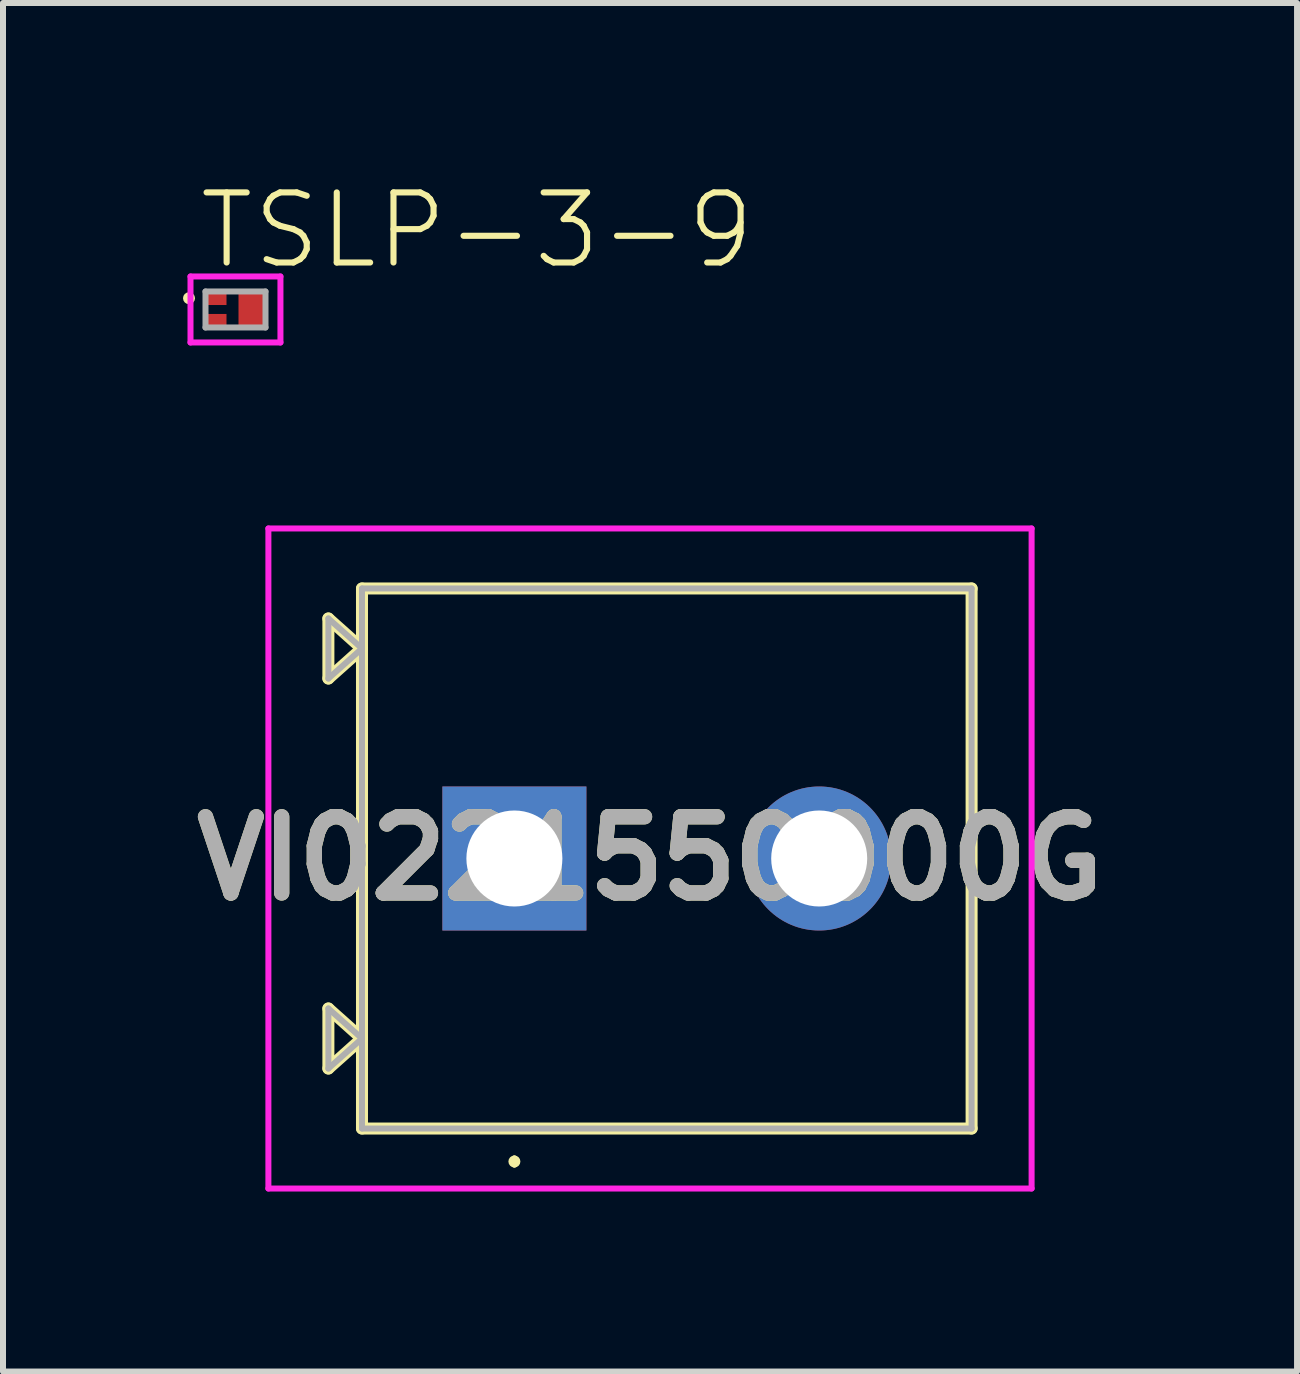
<source format=kicad_pcb>
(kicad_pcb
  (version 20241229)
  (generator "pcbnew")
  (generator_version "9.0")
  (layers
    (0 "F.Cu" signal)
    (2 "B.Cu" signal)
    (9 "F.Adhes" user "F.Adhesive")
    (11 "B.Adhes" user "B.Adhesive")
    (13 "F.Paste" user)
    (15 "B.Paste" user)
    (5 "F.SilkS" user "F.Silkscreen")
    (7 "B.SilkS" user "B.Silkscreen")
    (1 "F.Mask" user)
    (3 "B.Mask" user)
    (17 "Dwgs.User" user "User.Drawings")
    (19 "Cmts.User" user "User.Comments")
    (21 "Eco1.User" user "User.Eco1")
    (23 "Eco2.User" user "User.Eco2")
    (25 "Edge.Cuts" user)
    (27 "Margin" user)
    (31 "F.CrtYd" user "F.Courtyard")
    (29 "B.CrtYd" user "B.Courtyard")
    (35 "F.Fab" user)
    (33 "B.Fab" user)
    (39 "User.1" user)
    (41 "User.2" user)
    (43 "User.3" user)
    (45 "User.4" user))
  (footprint "TSLP-3-9"
    (layer "F.Cu")
    (at 0.85 2.108)
    (property "Reference" "TSLP-3-9" (at -0.635 -0.635 0) (unlocked yes) (layer "F.SilkS") (effects (font (size 1.168 1.168) (thickness 0.102)) (justify left bottom)))
    (fp_rect (start -0.475 -0.3) (end -0.125 -0.075) (stroke (width 0) (type default)) (fill yes) (layer "F.Mask"))
    (fp_rect (start -0.475 0.075) (end -0.125 0.3) (stroke (width 0) (type default)) (fill yes) (layer "F.Mask"))
    (fp_poly (pts (xy 0.075 0.3) (xy 0.525 0.3) (xy 0.525 -0.3) (xy 0.075 -0.3)) (stroke (width 0) (type default)) (fill yes) (layer "F.Mask"))
    (fp_circle (center -0.75 -0.188) (end -0.7 -0.188) (stroke (width 0.1) (type solid)) (fill no) (layer "F.SilkS"))
    (fp_line (start -0.725 -0.55) (end 0.774 -0.55) (stroke (width 0.1) (type solid)) (layer "F.CrtYd"))
    (fp_line (start -0.725 0.55) (end -0.725 -0.55) (stroke (width 0.1) (type solid)) (layer "F.CrtYd"))
    (fp_line (start -0.725 0.55) (end 0.774 0.55) (stroke (width 0.1) (type solid)) (layer "F.CrtYd"))
    (fp_line (start 0.774 0.55) (end 0.774 -0.55) (stroke (width 0.1) (type solid)) (layer "F.CrtYd"))
    (fp_line (start -0.475 -0.3) (end 0.525 -0.3) (stroke (width 0.1) (type solid)) (layer "F.Fab"))
    (fp_line (start -0.475 0.3) (end -0.475 -0.3) (stroke (width 0.1) (type solid)) (layer "F.Fab"))
    (fp_line (start -0.475 0.3) (end 0.525 0.3) (stroke (width 0.1) (type solid)) (layer "F.Fab"))
    (fp_line (start 0.525 0.3) (end 0.525 -0.3) (stroke (width 0.1) (type solid)) (layer "F.Fab"))
    (pad "1" smd rect (at -0.3 -0.187) (size 0.35 0.225) (layers "F.Cu" "F.Paste"))
    (pad "2" smd rect (at -0.3 0.187) (size 0.35 0.225) (layers "F.Cu" "F.Paste"))
    (pad "3" smd rect (at 0.3 0.00025) (size 0.45 0.6) (layers "F.Cu" "F.Paste")))
  (footprint "VI0221550000G"
    (layer "F.Cu")
    (at 5.523 11.258)
    (property "Reference" "VI0221550000G" (at 2.26 0 0) (layer "F.SilkS") (effects (font (size 1.27 1.27) (thickness 0.254))))
    (attr through_hole)
    (fp_line (start -3.1 -4) (end -3.1 -3) (stroke (width 0.2) (type solid)) (layer "F.SilkS"))
    (fp_line (start -3.1 -3) (end -2.54 -3.5) (stroke (width 0.2) (type solid)) (layer "F.SilkS"))
    (fp_line (start -3.1 2.5) (end -3.1 3.5) (stroke (width 0.2) (type solid)) (layer "F.SilkS"))
    (fp_line (start -3.1 3.5) (end -2.54 3) (stroke (width 0.2) (type solid)) (layer "F.SilkS"))
    (fp_line (start -2.54 -4.5) (end 7.62 -4.5) (stroke (width 0.2) (type solid)) (layer "F.SilkS"))
    (fp_line (start -2.54 -3.5) (end -3.1 -4) (stroke (width 0.2) (type solid)) (layer "F.SilkS"))
    (fp_line (start -2.54 3) (end -3.1 2.5) (stroke (width 0.2) (type solid)) (layer "F.SilkS"))
    (fp_line (start -2.54 4.5) (end -2.54 -4.5) (stroke (width 0.2) (type solid)) (layer "F.SilkS"))
    (fp_line (start 0 5) (end 0 5) (stroke (width 0.1) (type solid)) (layer "F.SilkS"))
    (fp_line (start 0 5.1) (end 0 5.1) (stroke (width 0.1) (type solid)) (layer "F.SilkS"))
    (fp_line (start 7.62 -4.5) (end 7.62 4.5) (stroke (width 0.2) (type solid)) (layer "F.SilkS"))
    (fp_line (start 7.62 4.5) (end -2.54 4.5) (stroke (width 0.2) (type solid)) (layer "F.SilkS"))
    (fp_arc (start 0 5) (mid 0.05 5.05) (end 0 5.1) (stroke (width 0.1) (type solid)) (layer "F.SilkS"))
    (fp_arc (start 0 5.1) (mid -0.05 5.05) (end 0 5) (stroke (width 0.1) (type solid)) (layer "F.SilkS"))
    (fp_line (start -4.1 -5.5) (end 8.62 -5.5) (stroke (width 0.1) (type solid)) (layer "F.CrtYd"))
    (fp_line (start -4.1 5.5) (end -4.1 -5.5) (stroke (width 0.1) (type solid)) (layer "F.CrtYd"))
    (fp_line (start 8.62 -5.5) (end 8.62 5.5) (stroke (width 0.1) (type solid)) (layer "F.CrtYd"))
    (fp_line (start 8.62 5.5) (end -4.1 5.5) (stroke (width 0.1) (type solid)) (layer "F.CrtYd"))
    (fp_line (start -3.1 -4) (end -3.1 -3) (stroke (width 0.1) (type solid)) (layer "F.Fab"))
    (fp_line (start -3.1 -3) (end -2.54 -3.5) (stroke (width 0.1) (type solid)) (layer "F.Fab"))
    (fp_line (start -3.1 2.5) (end -3.1 3.5) (stroke (width 0.1) (type solid)) (layer "F.Fab"))
    (fp_line (start -3.1 3.5) (end -2.54 3) (stroke (width 0.1) (type solid)) (layer "F.Fab"))
    (fp_line (start -2.54 -4.5) (end 7.62 -4.5) (stroke (width 0.1) (type solid)) (layer "F.Fab"))
    (fp_line (start -2.54 -3.5) (end -3.1 -4) (stroke (width 0.1) (type solid)) (layer "F.Fab"))
    (fp_line (start -2.54 3) (end -3.1 2.5) (stroke (width 0.1) (type solid)) (layer "F.Fab"))
    (fp_line (start -2.54 4.5) (end -2.54 -4.5) (stroke (width 0.1) (type solid)) (layer "F.Fab"))
    (fp_line (start 7.62 -4.5) (end 7.62 4.5) (stroke (width 0.1) (type solid)) (layer "F.Fab"))
    (fp_line (start 7.62 4.5) (end -2.54 4.5) (stroke (width 0.1) (type solid)) (layer "F.Fab"))
    (fp_text user "${REFERENCE}" (at 2.26 0 0) (layer "F.Fab") (effects (font (size 1.27 1.27) (thickness 0.254))))
    (pad "1" thru_hole rect (at 0 0) (size 2.4 2.4) (drill 1.6) (layers "*.Cu" "*.Mask"))
    (pad "2" thru_hole circle (at 5.08 0) (size 2.4 2.4) (drill 1.6) (layers "*.Cu" "*.Mask")))
  (gr_rect
    (start -3 -3)
    (end 18.567 19.808)
    (stroke (width 0.1) (type default))
    (fill no)
    (layer "Edge.Cuts")))
</source>
